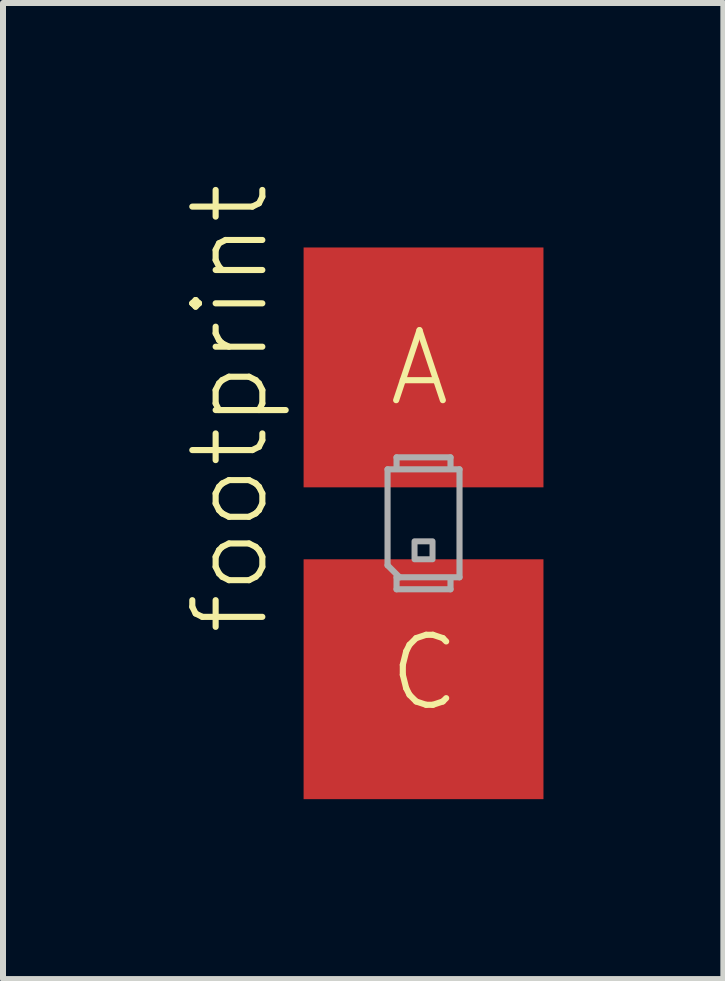
<source format=kicad_pcb>
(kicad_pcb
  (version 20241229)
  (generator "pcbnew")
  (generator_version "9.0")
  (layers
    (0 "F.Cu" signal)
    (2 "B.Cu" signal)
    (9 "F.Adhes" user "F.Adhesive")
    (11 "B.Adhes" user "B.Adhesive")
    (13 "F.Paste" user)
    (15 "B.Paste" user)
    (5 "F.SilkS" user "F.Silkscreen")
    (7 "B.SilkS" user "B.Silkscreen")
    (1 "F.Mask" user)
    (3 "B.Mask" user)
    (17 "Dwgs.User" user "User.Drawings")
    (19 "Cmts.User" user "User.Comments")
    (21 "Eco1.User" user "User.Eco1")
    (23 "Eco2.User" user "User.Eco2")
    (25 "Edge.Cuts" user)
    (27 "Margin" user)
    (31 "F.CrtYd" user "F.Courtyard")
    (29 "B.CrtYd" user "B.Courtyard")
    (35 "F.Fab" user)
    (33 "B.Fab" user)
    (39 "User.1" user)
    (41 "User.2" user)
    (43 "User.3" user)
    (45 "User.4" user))
  (footprint "footprint"
    (layer "F.Cu")
    (at 4.013 5.677)
    (property "Reference" "footprint" (at -2.54 1.905 90) (layer "F.SilkS") (effects (font (size 1.168 1.168) (thickness 0.102)) (justify left bottom)))
    (fp_poly (pts (xy -0.5 -0.6) (xy 0.5 -0.6) (xy 0.5 -1.4) (xy -0.5 -1.4)) (stroke (width 0) (type solid)) (fill yes) (layer "F.Paste"))
    (fp_poly (pts (xy -0.5 1.4) (xy 0.5 1.4) (xy 0.5 0.6) (xy -0.5 0.6)) (stroke (width 0) (type solid)) (fill yes) (layer "F.Paste"))
    (fp_poly (pts (xy -0.45 -0.65) (xy 0.45 -0.65) (xy 0.45 -1.35) (xy -0.45 -1.35)) (stroke (width 0) (type solid)) (fill yes) (layer "F.Paste"))
    (fp_poly (pts (xy -0.45 1.35) (xy 0.45 1.35) (xy 0.45 0.65) (xy -0.45 0.65)) (stroke (width 0) (type solid)) (fill yes) (layer "F.Paste"))
    (fp_line (start -0.6 -0.9) (end -0.6 0.7) (stroke (width 0.102) (type solid)) (layer "F.Fab"))
    (fp_line (start -0.6 0.7) (end -0.4 0.9) (stroke (width 0.102) (type solid)) (layer "F.Fab"))
    (fp_line (start -0.45 -1.1) (end 0.45 -1.1) (stroke (width 0.102) (type solid)) (layer "F.Fab"))
    (fp_line (start -0.45 -0.95) (end -0.45 -1.1) (stroke (width 0.102) (type solid)) (layer "F.Fab"))
    (fp_line (start -0.45 0.9) (end -0.45 1.1) (stroke (width 0.102) (type solid)) (layer "F.Fab"))
    (fp_line (start -0.45 0.9) (end -0.4 0.9) (stroke (width 0.102) (type solid)) (layer "F.Fab"))
    (fp_line (start -0.45 1.1) (end 0.45 1.1) (stroke (width 0.102) (type solid)) (layer "F.Fab"))
    (fp_line (start -0.4 0.9) (end 0.6 0.9) (stroke (width 0.102) (type solid)) (layer "F.Fab"))
    (fp_line (start 0.45 -1.1) (end 0.45 -0.95) (stroke (width 0.102) (type solid)) (layer "F.Fab"))
    (fp_line (start 0.45 1.1) (end 0.45 0.95) (stroke (width 0.102) (type solid)) (layer "F.Fab"))
    (fp_line (start 0.6 -0.9) (end -0.6 -0.9) (stroke (width 0.102) (type solid)) (layer "F.Fab"))
    (fp_line (start 0.6 0.9) (end 0.6 -0.9) (stroke (width 0.102) (type solid)) (layer "F.Fab"))
    (fp_poly (pts (xy -0.15 0.6) (xy 0.15 0.6) (xy 0.15 0.3) (xy -0.15 0.3)) (stroke (width 0.1) (type solid)) (fill no) (layer "F.Fab"))
    (fp_text user "A" (at -0.635 -1.905 0) (layer "F.SilkS") (effects (font (size 1.168 1.168) (thickness 0.102)) (justify left bottom)))
    (fp_text user "C" (at -0.635 3.175 0) (layer "F.SilkS") (effects (font (size 1.168 1.168) (thickness 0.102)) (justify left bottom)))
    (pad "A" smd rect (at 0 -2.6) (size 4 4) (layers "F.Cu"))
    (pad "C" smd rect (at 0 2.6) (size 4 4) (layers "F.Cu")))
  (gr_rect
    (start -3 -3)
    (end 9.013 13.277)
    (stroke (width 0.1) (type default))
    (fill no)
    (layer "Edge.Cuts")))
</source>
